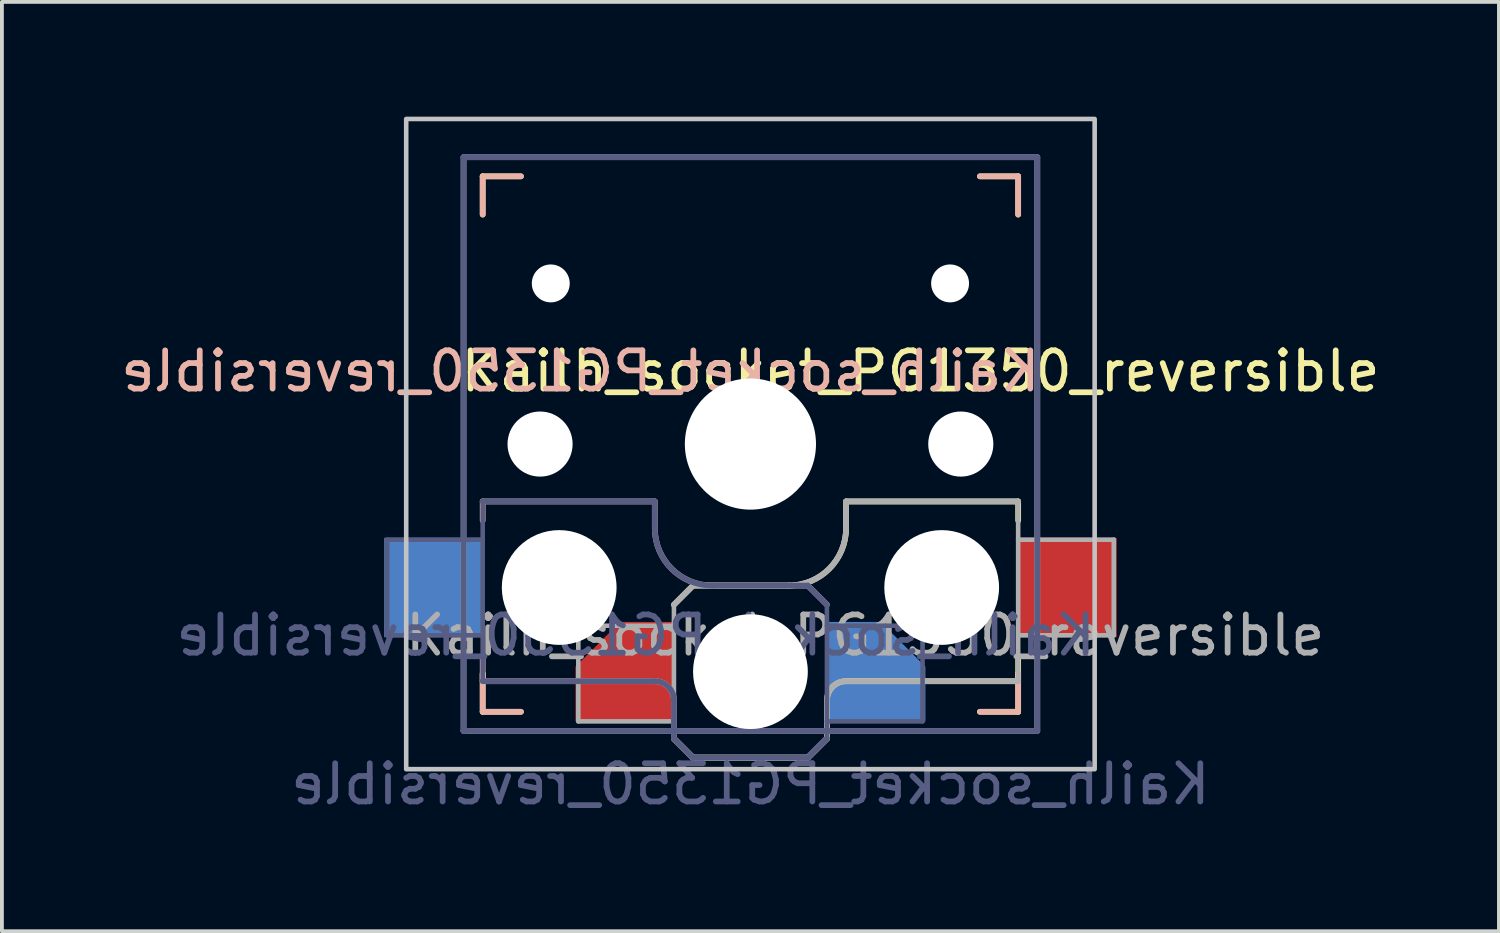
<source format=kicad_pcb>
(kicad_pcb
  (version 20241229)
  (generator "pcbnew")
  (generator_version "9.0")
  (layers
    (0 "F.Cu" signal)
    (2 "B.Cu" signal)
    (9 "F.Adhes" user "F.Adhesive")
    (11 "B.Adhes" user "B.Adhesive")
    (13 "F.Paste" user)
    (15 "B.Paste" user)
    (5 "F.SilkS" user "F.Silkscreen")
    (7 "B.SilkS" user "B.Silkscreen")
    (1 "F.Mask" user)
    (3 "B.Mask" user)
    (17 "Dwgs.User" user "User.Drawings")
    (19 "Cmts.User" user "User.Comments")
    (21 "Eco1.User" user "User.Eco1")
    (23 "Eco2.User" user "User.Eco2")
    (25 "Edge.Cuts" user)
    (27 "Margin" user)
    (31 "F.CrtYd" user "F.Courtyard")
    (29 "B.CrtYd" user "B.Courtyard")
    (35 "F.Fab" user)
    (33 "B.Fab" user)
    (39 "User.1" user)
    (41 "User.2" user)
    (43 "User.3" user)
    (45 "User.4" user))
  (footprint "Kailh_socket_PG1350_reversible"
    (layer "F.Cu")
    (at 16.57 8.56)
    (property "Reference" "Kailh_socket_PG1350_reversible" (at 4.445 -1.905 0) (layer "F.SilkS") (effects (font (size 1 1) (thickness 0.15))))
    (property "Value" "Kailh_socket_PG1350_reversible" (at 0 8.89 0) (layer "F.Fab") (hide yes) (effects (font (size 1 1) (thickness 0.15))))
    (attr smd)
    (fp_line (start -7 -7) (end -6 -7) (stroke (width 0.15) (type solid)) (layer "F.SilkS"))
    (fp_line (start -7 -6) (end -7 -7) (stroke (width 0.15) (type solid)) (layer "F.SilkS"))
    (fp_line (start -7 7) (end -7 6) (stroke (width 0.15) (type solid)) (layer "F.SilkS"))
    (fp_line (start -6 7) (end -7 7) (stroke (width 0.15) (type solid)) (layer "F.SilkS"))
    (fp_line (start -2 4.2) (end -1.5 3.7) (stroke (width 0.15) (type solid)) (layer "F.SilkS"))
    (fp_line (start -2 7.7) (end -1.5 8.2) (stroke (width 0.15) (type solid)) (layer "F.SilkS"))
    (fp_line (start -1.5 3.7) (end 1 3.7) (stroke (width 0.15) (type solid)) (layer "F.SilkS"))
    (fp_line (start -1.5 8.2) (end 1.5 8.2) (stroke (width 0.15) (type solid)) (layer "F.SilkS"))
    (fp_line (start 1.5 8.2) (end 2 7.7) (stroke (width 0.15) (type solid)) (layer "F.SilkS"))
    (fp_line (start 2 6.7) (end 2 7.7) (stroke (width 0.15) (type solid)) (layer "F.SilkS"))
    (fp_line (start 2.5 1.5) (end 7 1.5) (stroke (width 0.15) (type solid)) (layer "F.SilkS"))
    (fp_line (start 2.5 2.2) (end 2.5 1.5) (stroke (width 0.15) (type solid)) (layer "F.SilkS"))
    (fp_line (start 6 -7) (end 7 -7) (stroke (width 0.15) (type solid)) (layer "F.SilkS"))
    (fp_line (start 7 -7) (end 7 -6) (stroke (width 0.15) (type solid)) (layer "F.SilkS"))
    (fp_line (start 7 1.5) (end 7 2) (stroke (width 0.15) (type solid)) (layer "F.SilkS"))
    (fp_line (start 7 5.6) (end 7 6.2) (stroke (width 0.15) (type solid)) (layer "F.SilkS"))
    (fp_line (start 7 6) (end 7 7) (stroke (width 0.15) (type solid)) (layer "F.SilkS"))
    (fp_line (start 7 6.2) (end 2.5 6.2) (stroke (width 0.15) (type solid)) (layer "F.SilkS"))
    (fp_line (start 7 7) (end 6 7) (stroke (width 0.15) (type solid)) (layer "F.SilkS"))
    (fp_arc (start 2 6.7) (mid 2.146447 6.346447) (end 2.5 6.2) (stroke (width 0.15) (type solid)) (layer "F.SilkS"))
    (fp_arc (start 2.5 2.2) (mid 2.06066 3.26066) (end 1 3.7) (stroke (width 0.15) (type solid)) (layer "F.SilkS"))
    (fp_line (start -7 -7) (end -6 -7) (stroke (width 0.15) (type solid)) (layer "B.SilkS"))
    (fp_line (start -7 -6) (end -7 -7) (stroke (width 0.15) (type solid)) (layer "B.SilkS"))
    (fp_line (start -7 1.5) (end -7 2) (stroke (width 0.15) (type solid)) (layer "B.SilkS"))
    (fp_line (start -7 5.6) (end -7 6.2) (stroke (width 0.15) (type solid)) (layer "B.SilkS"))
    (fp_line (start -7 6.2) (end -2.5 6.2) (stroke (width 0.15) (type solid)) (layer "B.SilkS"))
    (fp_line (start -7 7) (end -7 6) (stroke (width 0.15) (type solid)) (layer "B.SilkS"))
    (fp_line (start -6 7) (end -7 7) (stroke (width 0.15) (type solid)) (layer "B.SilkS"))
    (fp_line (start -2.5 1.5) (end -7 1.5) (stroke (width 0.15) (type solid)) (layer "B.SilkS"))
    (fp_line (start -2.5 2.2) (end -2.5 1.5) (stroke (width 0.15) (type solid)) (layer "B.SilkS"))
    (fp_line (start -2 6.7) (end -2 7.7) (stroke (width 0.15) (type solid)) (layer "B.SilkS"))
    (fp_line (start -1.5 8.2) (end -2 7.7) (stroke (width 0.15) (type solid)) (layer "B.SilkS"))
    (fp_line (start 1.5 3.7) (end -1 3.7) (stroke (width 0.15) (type solid)) (layer "B.SilkS"))
    (fp_line (start 1.5 8.2) (end -1.5 8.2) (stroke (width 0.15) (type solid)) (layer "B.SilkS"))
    (fp_line (start 2 4.2) (end 1.5 3.7) (stroke (width 0.15) (type solid)) (layer "B.SilkS"))
    (fp_line (start 2 7.7) (end 1.5 8.2) (stroke (width 0.15) (type solid)) (layer "B.SilkS"))
    (fp_line (start 6 -7) (end 7 -7) (stroke (width 0.15) (type solid)) (layer "B.SilkS"))
    (fp_line (start 7 -7) (end 7 -6) (stroke (width 0.15) (type solid)) (layer "B.SilkS"))
    (fp_line (start 7 6) (end 7 7) (stroke (width 0.15) (type solid)) (layer "B.SilkS"))
    (fp_line (start 7 7) (end 6 7) (stroke (width 0.15) (type solid)) (layer "B.SilkS"))
    (fp_arc (start -2.5 6.2) (mid -2.146447 6.346447) (end -2 6.7) (stroke (width 0.15) (type solid)) (layer "B.SilkS"))
    (fp_arc (start -1 3.7) (mid -2.06066 3.26066) (end -2.5 2.2) (stroke (width 0.15) (type solid)) (layer "B.SilkS"))
    (fp_rect (start -9 -8.5) (end 9 8.5) (stroke (width 0.12) (type solid)) (fill no) (layer "Dwgs.User"))
    (fp_line (start -6.9 6.9) (end -6.9 -6.9) (stroke (width 0.15) (type solid)) (layer "Eco2.User"))
    (fp_line (start -6.9 6.9) (end 6.9 6.9) (stroke (width 0.15) (type solid)) (layer "Eco2.User"))
    (fp_line (start -2.6 -3.1) (end -2.6 -6.3) (stroke (width 0.15) (type solid)) (layer "Eco2.User"))
    (fp_line (start -2.6 -3.1) (end 2.6 -3.1) (stroke (width 0.15) (type solid)) (layer "Eco2.User"))
    (fp_line (start 2.6 -6.3) (end -2.6 -6.3) (stroke (width 0.15) (type solid)) (layer "Eco2.User"))
    (fp_line (start 2.6 -3.1) (end 2.6 -6.3) (stroke (width 0.15) (type solid)) (layer "Eco2.User"))
    (fp_line (start 6.9 -6.9) (end -6.9 -6.9) (stroke (width 0.15) (type solid)) (layer "Eco2.User"))
    (fp_line (start 6.9 -6.9) (end 6.9 6.9) (stroke (width 0.15) (type solid)) (layer "Eco2.User"))
    (fp_line (start -9.5 2.5) (end -7 2.5) (stroke (width 0.12) (type solid)) (layer "B.Fab"))
    (fp_line (start -9.5 5) (end -9.5 2.5) (stroke (width 0.12) (type solid)) (layer "B.Fab"))
    (fp_line (start -7.5 -7.5) (end 7.5 -7.5) (stroke (width 0.15) (type solid)) (layer "B.Fab"))
    (fp_line (start -7.5 7.5) (end -7.5 -7.5) (stroke (width 0.15) (type solid)) (layer "B.Fab"))
    (fp_line (start -7 1.5) (end -7 6.2) (stroke (width 0.12) (type solid)) (layer "B.Fab"))
    (fp_line (start -7 5) (end -9.5 5) (stroke (width 0.12) (type solid)) (layer "B.Fab"))
    (fp_line (start -7 6.2) (end -2.5 6.2) (stroke (width 0.15) (type solid)) (layer "B.Fab"))
    (fp_line (start -2.5 1.5) (end -7 1.5) (stroke (width 0.15) (type solid)) (layer "B.Fab"))
    (fp_line (start -2.5 2.2) (end -2.5 1.5) (stroke (width 0.15) (type solid)) (layer "B.Fab"))
    (fp_line (start -2 6.7) (end -2 7.7) (stroke (width 0.15) (type solid)) (layer "B.Fab"))
    (fp_line (start -1.5 8.2) (end -2 7.7) (stroke (width 0.15) (type solid)) (layer "B.Fab"))
    (fp_line (start 1.5 3.7) (end -1 3.7) (stroke (width 0.15) (type solid)) (layer "B.Fab"))
    (fp_line (start 1.5 8.2) (end -1.5 8.2) (stroke (width 0.15) (type solid)) (layer "B.Fab"))
    (fp_line (start 2 4.2) (end 1.5 3.7) (stroke (width 0.15) (type solid)) (layer "B.Fab"))
    (fp_line (start 2 4.25) (end 2 7.7) (stroke (width 0.12) (type solid)) (layer "B.Fab"))
    (fp_line (start 2 4.75) (end 4.5 4.75) (stroke (width 0.12) (type solid)) (layer "B.Fab"))
    (fp_line (start 2 7.7) (end 1.5 8.2) (stroke (width 0.15) (type solid)) (layer "B.Fab"))
    (fp_line (start 4.5 4.75) (end 4.5 7.25) (stroke (width 0.12) (type solid)) (layer "B.Fab"))
    (fp_line (start 4.5 7.25) (end 2 7.25) (stroke (width 0.12) (type solid)) (layer "B.Fab"))
    (fp_line (start 7.5 -7.5) (end 7.5 7.5) (stroke (width 0.15) (type solid)) (layer "B.Fab"))
    (fp_line (start 7.5 7.5) (end -7.5 7.5) (stroke (width 0.15) (type solid)) (layer "B.Fab"))
    (fp_arc (start -2.5 6.2) (mid -2.146447 6.346447) (end -2 6.7) (stroke (width 0.15) (type solid)) (layer "B.Fab"))
    (fp_arc (start -1 3.7) (mid -2.06066 3.26066) (end -2.5 2.2) (stroke (width 0.15) (type solid)) (layer "B.Fab"))
    (fp_line (start -7.5 -7.5) (end 7.5 -7.5) (stroke (width 0.15) (type solid)) (layer "F.Fab"))
    (fp_line (start -7.5 7.5) (end -7.5 -7.5) (stroke (width 0.15) (type solid)) (layer "F.Fab"))
    (fp_line (start -4.5 4.75) (end -4.5 7.25) (stroke (width 0.12) (type solid)) (layer "F.Fab"))
    (fp_line (start -4.5 7.25) (end -2 7.25) (stroke (width 0.12) (type solid)) (layer "F.Fab"))
    (fp_line (start -2 4.2) (end -1.5 3.7) (stroke (width 0.15) (type solid)) (layer "F.Fab"))
    (fp_line (start -2 4.25) (end -2 7.7) (stroke (width 0.12) (type solid)) (layer "F.Fab"))
    (fp_line (start -2 4.75) (end -4.5 4.75) (stroke (width 0.12) (type solid)) (layer "F.Fab"))
    (fp_line (start -2 7.7) (end -1.5 8.2) (stroke (width 0.15) (type solid)) (layer "F.Fab"))
    (fp_line (start -1.5 3.7) (end 1 3.7) (stroke (width 0.15) (type solid)) (layer "F.Fab"))
    (fp_line (start -1.5 8.2) (end 1.5 8.2) (stroke (width 0.15) (type solid)) (layer "F.Fab"))
    (fp_line (start 1.5 8.2) (end 2 7.7) (stroke (width 0.15) (type solid)) (layer "F.Fab"))
    (fp_line (start 2 6.7) (end 2 7.7) (stroke (width 0.15) (type solid)) (layer "F.Fab"))
    (fp_line (start 2.5 1.5) (end 7 1.5) (stroke (width 0.15) (type solid)) (layer "F.Fab"))
    (fp_line (start 2.5 2.2) (end 2.5 1.5) (stroke (width 0.15) (type solid)) (layer "F.Fab"))
    (fp_line (start 7 1.5) (end 7 6.2) (stroke (width 0.12) (type solid)) (layer "F.Fab"))
    (fp_line (start 7 5) (end 9.5 5) (stroke (width 0.12) (type solid)) (layer "F.Fab"))
    (fp_line (start 7 6.2) (end 2.5 6.2) (stroke (width 0.15) (type solid)) (layer "F.Fab"))
    (fp_line (start 7.5 -7.5) (end 7.5 7.5) (stroke (width 0.15) (type solid)) (layer "F.Fab"))
    (fp_line (start 7.5 7.5) (end -7.5 7.5) (stroke (width 0.15) (type solid)) (layer "F.Fab"))
    (fp_line (start 9.5 2.5) (end 7 2.5) (stroke (width 0.12) (type solid)) (layer "F.Fab"))
    (fp_line (start 9.5 5) (end 9.5 2.5) (stroke (width 0.12) (type solid)) (layer "F.Fab"))
    (fp_arc (start 2 6.7) (mid 2.146447 6.346447) (end 2.5 6.2) (stroke (width 0.15) (type solid)) (layer "F.Fab"))
    (fp_arc (start 2.5 2.2) (mid 2.06066 3.26066) (end 1 3.7) (stroke (width 0.15) (type solid)) (layer "F.Fab"))
    (fp_text user "${REFERENCE}" (at -4.445 -1.905 0) (layer "B.SilkS") (effects (font (size 1 1) (thickness 0.15)) (justify mirror)))
    (fp_text user "${VALUE}" (at 0 8.89 0) (layer "B.Fab") (effects (font (size 1 1) (thickness 0.15)) (justify mirror)))
    (fp_text user "${REFERENCE}" (at -3 5 0) (layer "B.Fab") (effects (font (size 1 1) (thickness 0.15)) (justify mirror)))
    (fp_text user "${REFERENCE}" (at 3 5 180) (layer "F.Fab") (effects (font (size 1 1) (thickness 0.15))))
    (pad "" np_thru_hole circle (at -5.5 0) (size 1.702 1.702) (drill 1.702) (layers "*.Cu" "*.Mask"))
    (pad "" np_thru_hole circle (at -5.22 -4.2) (size 0.991 0.991) (drill 0.991) (layers "*.Cu" "*.Mask"))
    (pad "" np_thru_hole circle (at -5 3.75) (size 3 3) (drill 3) (layers "*.Cu" "*.Mask"))
    (pad "" np_thru_hole circle (at 0 0) (size 3.429 3.429) (drill 3.429) (layers "*.Cu" "*.Mask"))
    (pad "" np_thru_hole circle (at 0 5.95) (size 3 3) (drill 3) (layers "*.Cu" "*.Mask"))
    (pad "" np_thru_hole circle (at 5 3.75) (size 3 3) (drill 3) (layers "*.Cu" "*.Mask"))
    (pad "" np_thru_hole circle (at 5.22 -4.2) (size 0.991 0.991) (drill 0.991) (layers "*.Cu" "*.Mask"))
    (pad "" np_thru_hole circle (at 5.5 0) (size 1.702 1.702) (drill 1.702) (layers "*.Cu" "*.Mask"))
    (pad "1" smd roundrect (at -3.275 5.95) (size 2.6 2.6) (layers "F.Cu" "F.Mask" "F.Paste") (roundrect_rratio 0) (chamfer_ratio 0.45) (chamfer top_left))
    (pad "1" smd roundrect (at 3.275 5.95) (size 2.6 2.6) (layers "B.Cu" "B.Mask" "B.Paste") (roundrect_rratio 0) (chamfer_ratio 0.45) (chamfer top_right))
    (pad "2" smd rect (at -8.275 3.75) (size 2.6 2.6) (layers "B.Cu" "B.Mask" "B.Paste"))
    (pad "2" smd rect (at 8.275 3.75) (size 2.6 2.6) (layers "F.Cu" "F.Mask" "F.Paste")))
  (gr_rect
    (start -3 -3)
    (end 36.14 21.298)
    (stroke (width 0.1) (type default))
    (fill no)
    (layer "Edge.Cuts")))
</source>
